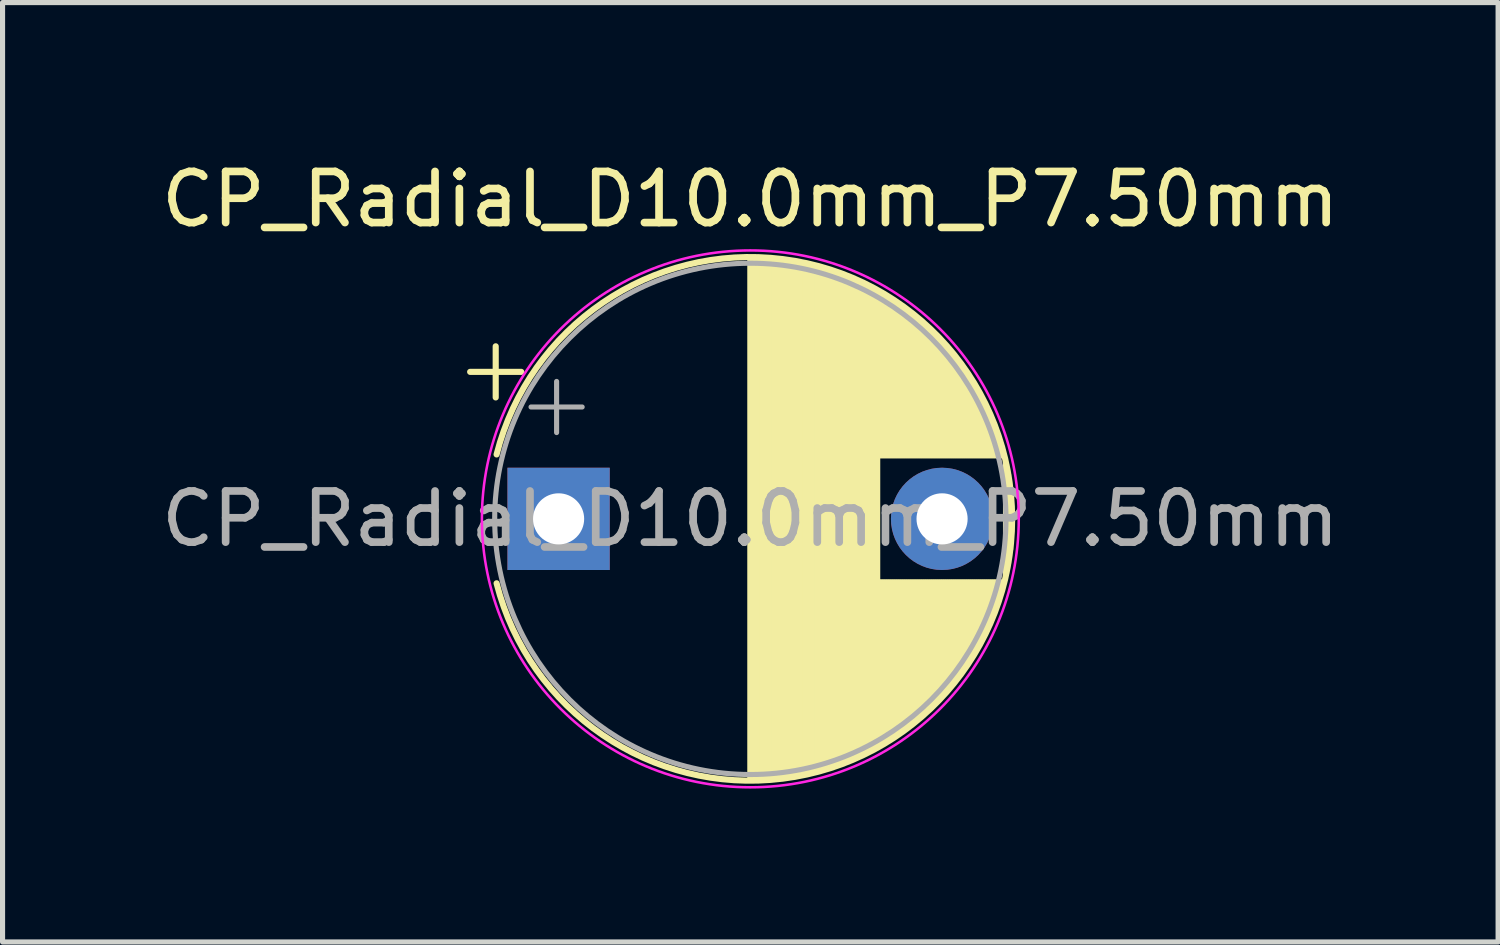
<source format=kicad_pcb>
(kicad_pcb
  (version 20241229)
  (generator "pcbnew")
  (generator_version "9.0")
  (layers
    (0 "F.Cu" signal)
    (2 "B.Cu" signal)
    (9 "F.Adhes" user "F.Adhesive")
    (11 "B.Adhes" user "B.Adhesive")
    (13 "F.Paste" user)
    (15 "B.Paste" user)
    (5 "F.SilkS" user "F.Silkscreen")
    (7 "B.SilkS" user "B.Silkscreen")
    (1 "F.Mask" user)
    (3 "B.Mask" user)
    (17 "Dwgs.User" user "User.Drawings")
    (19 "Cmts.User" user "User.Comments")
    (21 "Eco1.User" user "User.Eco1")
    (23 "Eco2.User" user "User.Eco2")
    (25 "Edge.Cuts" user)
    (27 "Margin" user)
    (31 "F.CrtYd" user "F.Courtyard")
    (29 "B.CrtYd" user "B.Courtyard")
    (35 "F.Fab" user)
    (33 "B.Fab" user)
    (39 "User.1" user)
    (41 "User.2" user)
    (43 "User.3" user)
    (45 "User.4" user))
  (footprint "CP_Radial_D10.0mm_P7.50mm"
    (layer "F.Cu")
    (at 7.875 7.098)
    (property "Reference" "CP_Radial_D10.0mm_P7.50mm" (at 3.75 -6.25 0) (layer "F.SilkS") (effects (font (size 1 1) (thickness 0.15))))
    (attr through_hole)
    (fp_line (start -1.73 -2.875) (end -0.73 -2.875) (stroke (width 0.12) (type solid)) (layer "F.SilkS"))
    (fp_line (start -1.23 -3.375) (end -1.23 -2.375) (stroke (width 0.12) (type solid)) (layer "F.SilkS"))
    (fp_line (start 3.75 -5.08) (end 3.75 5.08) (stroke (width 0.12) (type solid)) (layer "F.SilkS"))
    (fp_line (start 3.79 -5.08) (end 3.79 5.08) (stroke (width 0.12) (type solid)) (layer "F.SilkS"))
    (fp_line (start 3.83 -5.08) (end 3.83 5.08) (stroke (width 0.12) (type solid)) (layer "F.SilkS"))
    (fp_line (start 3.87 -5.079) (end 3.87 5.079) (stroke (width 0.12) (type solid)) (layer "F.SilkS"))
    (fp_line (start 3.91 -5.078) (end 3.91 5.078) (stroke (width 0.12) (type solid)) (layer "F.SilkS"))
    (fp_line (start 3.95 -5.077) (end 3.95 5.077) (stroke (width 0.12) (type solid)) (layer "F.SilkS"))
    (fp_line (start 3.99 -5.075) (end 3.99 5.075) (stroke (width 0.12) (type solid)) (layer "F.SilkS"))
    (fp_line (start 4.03 -5.073) (end 4.03 5.073) (stroke (width 0.12) (type solid)) (layer "F.SilkS"))
    (fp_line (start 4.07 -5.07) (end 4.07 5.07) (stroke (width 0.12) (type solid)) (layer "F.SilkS"))
    (fp_line (start 4.11 -5.068) (end 4.11 5.068) (stroke (width 0.12) (type solid)) (layer "F.SilkS"))
    (fp_line (start 4.15 -5.065) (end 4.15 5.065) (stroke (width 0.12) (type solid)) (layer "F.SilkS"))
    (fp_line (start 4.19 -5.062) (end 4.19 5.062) (stroke (width 0.12) (type solid)) (layer "F.SilkS"))
    (fp_line (start 4.23 -5.058) (end 4.23 5.058) (stroke (width 0.12) (type solid)) (layer "F.SilkS"))
    (fp_line (start 4.27 -5.054) (end 4.27 5.054) (stroke (width 0.12) (type solid)) (layer "F.SilkS"))
    (fp_line (start 4.31 -5.05) (end 4.31 5.05) (stroke (width 0.12) (type solid)) (layer "F.SilkS"))
    (fp_line (start 4.35 -5.045) (end 4.35 5.045) (stroke (width 0.12) (type solid)) (layer "F.SilkS"))
    (fp_line (start 4.39 -5.04) (end 4.39 5.04) (stroke (width 0.12) (type solid)) (layer "F.SilkS"))
    (fp_line (start 4.43 -5.035) (end 4.43 5.035) (stroke (width 0.12) (type solid)) (layer "F.SilkS"))
    (fp_line (start 4.471 -5.03) (end 4.471 5.03) (stroke (width 0.12) (type solid)) (layer "F.SilkS"))
    (fp_line (start 4.511 -5.024) (end 4.511 5.024) (stroke (width 0.12) (type solid)) (layer "F.SilkS"))
    (fp_line (start 4.551 -5.018) (end 4.551 5.018) (stroke (width 0.12) (type solid)) (layer "F.SilkS"))
    (fp_line (start 4.591 -5.011) (end 4.591 5.011) (stroke (width 0.12) (type solid)) (layer "F.SilkS"))
    (fp_line (start 4.631 -5.004) (end 4.631 5.004) (stroke (width 0.12) (type solid)) (layer "F.SilkS"))
    (fp_line (start 4.671 -4.997) (end 4.671 4.997) (stroke (width 0.12) (type solid)) (layer "F.SilkS"))
    (fp_line (start 4.711 -4.99) (end 4.711 4.99) (stroke (width 0.12) (type solid)) (layer "F.SilkS"))
    (fp_line (start 4.751 -4.982) (end 4.751 4.982) (stroke (width 0.12) (type solid)) (layer "F.SilkS"))
    (fp_line (start 4.791 -4.974) (end 4.791 4.974) (stroke (width 0.12) (type solid)) (layer "F.SilkS"))
    (fp_line (start 4.831 -4.965) (end 4.831 4.965) (stroke (width 0.12) (type solid)) (layer "F.SilkS"))
    (fp_line (start 4.871 -4.956) (end 4.871 4.956) (stroke (width 0.12) (type solid)) (layer "F.SilkS"))
    (fp_line (start 4.911 -4.947) (end 4.911 4.947) (stroke (width 0.12) (type solid)) (layer "F.SilkS"))
    (fp_line (start 4.951 -4.938) (end 4.951 4.938) (stroke (width 0.12) (type solid)) (layer "F.SilkS"))
    (fp_line (start 4.991 -4.928) (end 4.991 4.928) (stroke (width 0.12) (type solid)) (layer "F.SilkS"))
    (fp_line (start 5.031 -4.918) (end 5.031 4.918) (stroke (width 0.12) (type solid)) (layer "F.SilkS"))
    (fp_line (start 5.071 -4.907) (end 5.071 4.907) (stroke (width 0.12) (type solid)) (layer "F.SilkS"))
    (fp_line (start 5.111 -4.897) (end 5.111 4.897) (stroke (width 0.12) (type solid)) (layer "F.SilkS"))
    (fp_line (start 5.151 -4.885) (end 5.151 4.885) (stroke (width 0.12) (type solid)) (layer "F.SilkS"))
    (fp_line (start 5.191 -4.874) (end 5.191 4.874) (stroke (width 0.12) (type solid)) (layer "F.SilkS"))
    (fp_line (start 5.231 -4.862) (end 5.231 4.862) (stroke (width 0.12) (type solid)) (layer "F.SilkS"))
    (fp_line (start 5.271 -4.85) (end 5.271 4.85) (stroke (width 0.12) (type solid)) (layer "F.SilkS"))
    (fp_line (start 5.311 -4.837) (end 5.311 4.837) (stroke (width 0.12) (type solid)) (layer "F.SilkS"))
    (fp_line (start 5.351 -4.824) (end 5.351 4.824) (stroke (width 0.12) (type solid)) (layer "F.SilkS"))
    (fp_line (start 5.391 -4.811) (end 5.391 4.811) (stroke (width 0.12) (type solid)) (layer "F.SilkS"))
    (fp_line (start 5.431 -4.797) (end 5.431 4.797) (stroke (width 0.12) (type solid)) (layer "F.SilkS"))
    (fp_line (start 5.471 -4.783) (end 5.471 4.783) (stroke (width 0.12) (type solid)) (layer "F.SilkS"))
    (fp_line (start 5.511 -4.768) (end 5.511 4.768) (stroke (width 0.12) (type solid)) (layer "F.SilkS"))
    (fp_line (start 5.551 -4.754) (end 5.551 4.754) (stroke (width 0.12) (type solid)) (layer "F.SilkS"))
    (fp_line (start 5.591 -4.738) (end 5.591 4.738) (stroke (width 0.12) (type solid)) (layer "F.SilkS"))
    (fp_line (start 5.631 -4.723) (end 5.631 4.723) (stroke (width 0.12) (type solid)) (layer "F.SilkS"))
    (fp_line (start 5.671 -4.707) (end 5.671 4.707) (stroke (width 0.12) (type solid)) (layer "F.SilkS"))
    (fp_line (start 5.711 -4.69) (end 5.711 4.69) (stroke (width 0.12) (type solid)) (layer "F.SilkS"))
    (fp_line (start 5.751 -4.674) (end 5.751 4.674) (stroke (width 0.12) (type solid)) (layer "F.SilkS"))
    (fp_line (start 5.791 -4.657) (end 5.791 4.657) (stroke (width 0.12) (type solid)) (layer "F.SilkS"))
    (fp_line (start 5.831 -4.639) (end 5.831 4.639) (stroke (width 0.12) (type solid)) (layer "F.SilkS"))
    (fp_line (start 5.871 -4.621) (end 5.871 4.621) (stroke (width 0.12) (type solid)) (layer "F.SilkS"))
    (fp_line (start 5.911 -4.603) (end 5.911 4.603) (stroke (width 0.12) (type solid)) (layer "F.SilkS"))
    (fp_line (start 5.951 -4.584) (end 5.951 4.584) (stroke (width 0.12) (type solid)) (layer "F.SilkS"))
    (fp_line (start 5.991 -4.564) (end 5.991 4.564) (stroke (width 0.12) (type solid)) (layer "F.SilkS"))
    (fp_line (start 6.031 -4.545) (end 6.031 4.545) (stroke (width 0.12) (type solid)) (layer "F.SilkS"))
    (fp_line (start 6.071 -4.525) (end 6.071 4.525) (stroke (width 0.12) (type solid)) (layer "F.SilkS"))
    (fp_line (start 6.111 -4.504) (end 6.111 4.504) (stroke (width 0.12) (type solid)) (layer "F.SilkS"))
    (fp_line (start 6.151 -4.483) (end 6.151 4.483) (stroke (width 0.12) (type solid)) (layer "F.SilkS"))
    (fp_line (start 6.191 -4.462) (end 6.191 4.462) (stroke (width 0.12) (type solid)) (layer "F.SilkS"))
    (fp_line (start 6.231 -4.44) (end 6.231 4.44) (stroke (width 0.12) (type solid)) (layer "F.SilkS"))
    (fp_line (start 6.271 -4.417) (end 6.271 -1.241) (stroke (width 0.12) (type solid)) (layer "F.SilkS"))
    (fp_line (start 6.271 1.241) (end 6.271 4.417) (stroke (width 0.12) (type solid)) (layer "F.SilkS"))
    (fp_line (start 6.311 -4.395) (end 6.311 -1.241) (stroke (width 0.12) (type solid)) (layer "F.SilkS"))
    (fp_line (start 6.311 1.241) (end 6.311 4.395) (stroke (width 0.12) (type solid)) (layer "F.SilkS"))
    (fp_line (start 6.351 -4.371) (end 6.351 -1.241) (stroke (width 0.12) (type solid)) (layer "F.SilkS"))
    (fp_line (start 6.351 1.241) (end 6.351 4.371) (stroke (width 0.12) (type solid)) (layer "F.SilkS"))
    (fp_line (start 6.391 -4.347) (end 6.391 -1.241) (stroke (width 0.12) (type solid)) (layer "F.SilkS"))
    (fp_line (start 6.391 1.241) (end 6.391 4.347) (stroke (width 0.12) (type solid)) (layer "F.SilkS"))
    (fp_line (start 6.431 -4.323) (end 6.431 -1.241) (stroke (width 0.12) (type solid)) (layer "F.SilkS"))
    (fp_line (start 6.431 1.241) (end 6.431 4.323) (stroke (width 0.12) (type solid)) (layer "F.SilkS"))
    (fp_line (start 6.471 -4.298) (end 6.471 -1.241) (stroke (width 0.12) (type solid)) (layer "F.SilkS"))
    (fp_line (start 6.471 1.241) (end 6.471 4.298) (stroke (width 0.12) (type solid)) (layer "F.SilkS"))
    (fp_line (start 6.511 -4.273) (end 6.511 -1.241) (stroke (width 0.12) (type solid)) (layer "F.SilkS"))
    (fp_line (start 6.511 1.241) (end 6.511 4.273) (stroke (width 0.12) (type solid)) (layer "F.SilkS"))
    (fp_line (start 6.551 -4.247) (end 6.551 -1.241) (stroke (width 0.12) (type solid)) (layer "F.SilkS"))
    (fp_line (start 6.551 1.241) (end 6.551 4.247) (stroke (width 0.12) (type solid)) (layer "F.SilkS"))
    (fp_line (start 6.591 -4.221) (end 6.591 -1.241) (stroke (width 0.12) (type solid)) (layer "F.SilkS"))
    (fp_line (start 6.591 1.241) (end 6.591 4.221) (stroke (width 0.12) (type solid)) (layer "F.SilkS"))
    (fp_line (start 6.631 -4.194) (end 6.631 -1.241) (stroke (width 0.12) (type solid)) (layer "F.SilkS"))
    (fp_line (start 6.631 1.241) (end 6.631 4.194) (stroke (width 0.12) (type solid)) (layer "F.SilkS"))
    (fp_line (start 6.671 -4.166) (end 6.671 -1.241) (stroke (width 0.12) (type solid)) (layer "F.SilkS"))
    (fp_line (start 6.671 1.241) (end 6.671 4.166) (stroke (width 0.12) (type solid)) (layer "F.SilkS"))
    (fp_line (start 6.711 -4.138) (end 6.711 -1.241) (stroke (width 0.12) (type solid)) (layer "F.SilkS"))
    (fp_line (start 6.711 1.241) (end 6.711 4.138) (stroke (width 0.12) (type solid)) (layer "F.SilkS"))
    (fp_line (start 6.751 -4.11) (end 6.751 -1.241) (stroke (width 0.12) (type solid)) (layer "F.SilkS"))
    (fp_line (start 6.751 1.241) (end 6.751 4.11) (stroke (width 0.12) (type solid)) (layer "F.SilkS"))
    (fp_line (start 6.791 -4.08) (end 6.791 -1.241) (stroke (width 0.12) (type solid)) (layer "F.SilkS"))
    (fp_line (start 6.791 1.241) (end 6.791 4.08) (stroke (width 0.12) (type solid)) (layer "F.SilkS"))
    (fp_line (start 6.831 -4.05) (end 6.831 -1.241) (stroke (width 0.12) (type solid)) (layer "F.SilkS"))
    (fp_line (start 6.831 1.241) (end 6.831 4.05) (stroke (width 0.12) (type solid)) (layer "F.SilkS"))
    (fp_line (start 6.871 -4.02) (end 6.871 -1.241) (stroke (width 0.12) (type solid)) (layer "F.SilkS"))
    (fp_line (start 6.871 1.241) (end 6.871 4.02) (stroke (width 0.12) (type solid)) (layer "F.SilkS"))
    (fp_line (start 6.911 -3.989) (end 6.911 -1.241) (stroke (width 0.12) (type solid)) (layer "F.SilkS"))
    (fp_line (start 6.911 1.241) (end 6.911 3.989) (stroke (width 0.12) (type solid)) (layer "F.SilkS"))
    (fp_line (start 6.951 -3.957) (end 6.951 -1.241) (stroke (width 0.12) (type solid)) (layer "F.SilkS"))
    (fp_line (start 6.951 1.241) (end 6.951 3.957) (stroke (width 0.12) (type solid)) (layer "F.SilkS"))
    (fp_line (start 6.991 -3.925) (end 6.991 -1.241) (stroke (width 0.12) (type solid)) (layer "F.SilkS"))
    (fp_line (start 6.991 1.241) (end 6.991 3.925) (stroke (width 0.12) (type solid)) (layer "F.SilkS"))
    (fp_line (start 7.031 -3.892) (end 7.031 -1.241) (stroke (width 0.12) (type solid)) (layer "F.SilkS"))
    (fp_line (start 7.031 1.241) (end 7.031 3.892) (stroke (width 0.12) (type solid)) (layer "F.SilkS"))
    (fp_line (start 7.071 -3.858) (end 7.071 -1.241) (stroke (width 0.12) (type solid)) (layer "F.SilkS"))
    (fp_line (start 7.071 1.241) (end 7.071 3.858) (stroke (width 0.12) (type solid)) (layer "F.SilkS"))
    (fp_line (start 7.111 -3.824) (end 7.111 -1.241) (stroke (width 0.12) (type solid)) (layer "F.SilkS"))
    (fp_line (start 7.111 1.241) (end 7.111 3.824) (stroke (width 0.12) (type solid)) (layer "F.SilkS"))
    (fp_line (start 7.151 -3.789) (end 7.151 -1.241) (stroke (width 0.12) (type solid)) (layer "F.SilkS"))
    (fp_line (start 7.151 1.241) (end 7.151 3.789) (stroke (width 0.12) (type solid)) (layer "F.SilkS"))
    (fp_line (start 7.191 -3.753) (end 7.191 -1.241) (stroke (width 0.12) (type solid)) (layer "F.SilkS"))
    (fp_line (start 7.191 1.241) (end 7.191 3.753) (stroke (width 0.12) (type solid)) (layer "F.SilkS"))
    (fp_line (start 7.231 -3.716) (end 7.231 -1.241) (stroke (width 0.12) (type solid)) (layer "F.SilkS"))
    (fp_line (start 7.231 1.241) (end 7.231 3.716) (stroke (width 0.12) (type solid)) (layer "F.SilkS"))
    (fp_line (start 7.271 -3.679) (end 7.271 -1.241) (stroke (width 0.12) (type solid)) (layer "F.SilkS"))
    (fp_line (start 7.271 1.241) (end 7.271 3.679) (stroke (width 0.12) (type solid)) (layer "F.SilkS"))
    (fp_line (start 7.311 -3.64) (end 7.311 -1.241) (stroke (width 0.12) (type solid)) (layer "F.SilkS"))
    (fp_line (start 7.311 1.241) (end 7.311 3.64) (stroke (width 0.12) (type solid)) (layer "F.SilkS"))
    (fp_line (start 7.351 -3.601) (end 7.351 -1.241) (stroke (width 0.12) (type solid)) (layer "F.SilkS"))
    (fp_line (start 7.351 1.241) (end 7.351 3.601) (stroke (width 0.12) (type solid)) (layer "F.SilkS"))
    (fp_line (start 7.391 -3.561) (end 7.391 -1.241) (stroke (width 0.12) (type solid)) (layer "F.SilkS"))
    (fp_line (start 7.391 1.241) (end 7.391 3.561) (stroke (width 0.12) (type solid)) (layer "F.SilkS"))
    (fp_line (start 7.431 -3.52) (end 7.431 -1.241) (stroke (width 0.12) (type solid)) (layer "F.SilkS"))
    (fp_line (start 7.431 1.241) (end 7.431 3.52) (stroke (width 0.12) (type solid)) (layer "F.SilkS"))
    (fp_line (start 7.471 -3.478) (end 7.471 -1.241) (stroke (width 0.12) (type solid)) (layer "F.SilkS"))
    (fp_line (start 7.471 1.241) (end 7.471 3.478) (stroke (width 0.12) (type solid)) (layer "F.SilkS"))
    (fp_line (start 7.511 -3.436) (end 7.511 -1.241) (stroke (width 0.12) (type solid)) (layer "F.SilkS"))
    (fp_line (start 7.511 1.241) (end 7.511 3.436) (stroke (width 0.12) (type solid)) (layer "F.SilkS"))
    (fp_line (start 7.551 -3.392) (end 7.551 -1.241) (stroke (width 0.12) (type solid)) (layer "F.SilkS"))
    (fp_line (start 7.551 1.241) (end 7.551 3.392) (stroke (width 0.12) (type solid)) (layer "F.SilkS"))
    (fp_line (start 7.591 -3.347) (end 7.591 -1.241) (stroke (width 0.12) (type solid)) (layer "F.SilkS"))
    (fp_line (start 7.591 1.241) (end 7.591 3.347) (stroke (width 0.12) (type solid)) (layer "F.SilkS"))
    (fp_line (start 7.631 -3.301) (end 7.631 -1.241) (stroke (width 0.12) (type solid)) (layer "F.SilkS"))
    (fp_line (start 7.631 1.241) (end 7.631 3.301) (stroke (width 0.12) (type solid)) (layer "F.SilkS"))
    (fp_line (start 7.671 -3.254) (end 7.671 -1.241) (stroke (width 0.12) (type solid)) (layer "F.SilkS"))
    (fp_line (start 7.671 1.241) (end 7.671 3.254) (stroke (width 0.12) (type solid)) (layer "F.SilkS"))
    (fp_line (start 7.711 -3.206) (end 7.711 -1.241) (stroke (width 0.12) (type solid)) (layer "F.SilkS"))
    (fp_line (start 7.711 1.241) (end 7.711 3.206) (stroke (width 0.12) (type solid)) (layer "F.SilkS"))
    (fp_line (start 7.751 -3.156) (end 7.751 -1.241) (stroke (width 0.12) (type solid)) (layer "F.SilkS"))
    (fp_line (start 7.751 1.241) (end 7.751 3.156) (stroke (width 0.12) (type solid)) (layer "F.SilkS"))
    (fp_line (start 7.791 -3.106) (end 7.791 -1.241) (stroke (width 0.12) (type solid)) (layer "F.SilkS"))
    (fp_line (start 7.791 1.241) (end 7.791 3.106) (stroke (width 0.12) (type solid)) (layer "F.SilkS"))
    (fp_line (start 7.831 -3.054) (end 7.831 -1.241) (stroke (width 0.12) (type solid)) (layer "F.SilkS"))
    (fp_line (start 7.831 1.241) (end 7.831 3.054) (stroke (width 0.12) (type solid)) (layer "F.SilkS"))
    (fp_line (start 7.871 -3) (end 7.871 -1.241) (stroke (width 0.12) (type solid)) (layer "F.SilkS"))
    (fp_line (start 7.871 1.241) (end 7.871 3) (stroke (width 0.12) (type solid)) (layer "F.SilkS"))
    (fp_line (start 7.911 -2.945) (end 7.911 -1.241) (stroke (width 0.12) (type solid)) (layer "F.SilkS"))
    (fp_line (start 7.911 1.241) (end 7.911 2.945) (stroke (width 0.12) (type solid)) (layer "F.SilkS"))
    (fp_line (start 7.951 -2.889) (end 7.951 -1.241) (stroke (width 0.12) (type solid)) (layer "F.SilkS"))
    (fp_line (start 7.951 1.241) (end 7.951 2.889) (stroke (width 0.12) (type solid)) (layer "F.SilkS"))
    (fp_line (start 7.991 -2.83) (end 7.991 -1.241) (stroke (width 0.12) (type solid)) (layer "F.SilkS"))
    (fp_line (start 7.991 1.241) (end 7.991 2.83) (stroke (width 0.12) (type solid)) (layer "F.SilkS"))
    (fp_line (start 8.031 -2.77) (end 8.031 -1.241) (stroke (width 0.12) (type solid)) (layer "F.SilkS"))
    (fp_line (start 8.031 1.241) (end 8.031 2.77) (stroke (width 0.12) (type solid)) (layer "F.SilkS"))
    (fp_line (start 8.071 -2.709) (end 8.071 -1.241) (stroke (width 0.12) (type solid)) (layer "F.SilkS"))
    (fp_line (start 8.071 1.241) (end 8.071 2.709) (stroke (width 0.12) (type solid)) (layer "F.SilkS"))
    (fp_line (start 8.111 -2.645) (end 8.111 -1.241) (stroke (width 0.12) (type solid)) (layer "F.SilkS"))
    (fp_line (start 8.111 1.241) (end 8.111 2.645) (stroke (width 0.12) (type solid)) (layer "F.SilkS"))
    (fp_line (start 8.151 -2.579) (end 8.151 -1.241) (stroke (width 0.12) (type solid)) (layer "F.SilkS"))
    (fp_line (start 8.151 1.241) (end 8.151 2.579) (stroke (width 0.12) (type solid)) (layer "F.SilkS"))
    (fp_line (start 8.191 -2.51) (end 8.191 -1.241) (stroke (width 0.12) (type solid)) (layer "F.SilkS"))
    (fp_line (start 8.191 1.241) (end 8.191 2.51) (stroke (width 0.12) (type solid)) (layer "F.SilkS"))
    (fp_line (start 8.231 -2.439) (end 8.231 -1.241) (stroke (width 0.12) (type solid)) (layer "F.SilkS"))
    (fp_line (start 8.231 1.241) (end 8.231 2.439) (stroke (width 0.12) (type solid)) (layer "F.SilkS"))
    (fp_line (start 8.271 -2.365) (end 8.271 -1.241) (stroke (width 0.12) (type solid)) (layer "F.SilkS"))
    (fp_line (start 8.271 1.241) (end 8.271 2.365) (stroke (width 0.12) (type solid)) (layer "F.SilkS"))
    (fp_line (start 8.311 -2.289) (end 8.311 -1.241) (stroke (width 0.12) (type solid)) (layer "F.SilkS"))
    (fp_line (start 8.311 1.241) (end 8.311 2.289) (stroke (width 0.12) (type solid)) (layer "F.SilkS"))
    (fp_line (start 8.351 -2.209) (end 8.351 -1.241) (stroke (width 0.12) (type solid)) (layer "F.SilkS"))
    (fp_line (start 8.351 1.241) (end 8.351 2.209) (stroke (width 0.12) (type solid)) (layer "F.SilkS"))
    (fp_line (start 8.391 -2.125) (end 8.391 -1.241) (stroke (width 0.12) (type solid)) (layer "F.SilkS"))
    (fp_line (start 8.391 1.241) (end 8.391 2.125) (stroke (width 0.12) (type solid)) (layer "F.SilkS"))
    (fp_line (start 8.431 -2.037) (end 8.431 -1.241) (stroke (width 0.12) (type solid)) (layer "F.SilkS"))
    (fp_line (start 8.431 1.241) (end 8.431 2.037) (stroke (width 0.12) (type solid)) (layer "F.SilkS"))
    (fp_line (start 8.471 -1.944) (end 8.471 -1.241) (stroke (width 0.12) (type solid)) (layer "F.SilkS"))
    (fp_line (start 8.471 1.241) (end 8.471 1.944) (stroke (width 0.12) (type solid)) (layer "F.SilkS"))
    (fp_line (start 8.511 -1.846) (end 8.511 -1.241) (stroke (width 0.12) (type solid)) (layer "F.SilkS"))
    (fp_line (start 8.511 1.241) (end 8.511 1.846) (stroke (width 0.12) (type solid)) (layer "F.SilkS"))
    (fp_line (start 8.551 -1.742) (end 8.551 -1.241) (stroke (width 0.12) (type solid)) (layer "F.SilkS"))
    (fp_line (start 8.551 1.241) (end 8.551 1.742) (stroke (width 0.12) (type solid)) (layer "F.SilkS"))
    (fp_line (start 8.591 -1.63) (end 8.591 -1.241) (stroke (width 0.12) (type solid)) (layer "F.SilkS"))
    (fp_line (start 8.591 1.241) (end 8.591 1.63) (stroke (width 0.12) (type solid)) (layer "F.SilkS"))
    (fp_line (start 8.631 -1.51) (end 8.631 -1.241) (stroke (width 0.12) (type solid)) (layer "F.SilkS"))
    (fp_line (start 8.631 1.241) (end 8.631 1.51) (stroke (width 0.12) (type solid)) (layer "F.SilkS"))
    (fp_line (start 8.671 -1.378) (end 8.671 -1.241) (stroke (width 0.12) (type solid)) (layer "F.SilkS"))
    (fp_line (start 8.671 1.241) (end 8.671 1.378) (stroke (width 0.12) (type solid)) (layer "F.SilkS"))
    (fp_line (start 8.751 -1.062) (end 8.751 1.062) (stroke (width 0.12) (type solid)) (layer "F.SilkS"))
    (fp_line (start 8.791 -0.862) (end 8.791 0.862) (stroke (width 0.12) (type solid)) (layer "F.SilkS"))
    (fp_line (start 8.831 -0.599) (end 8.831 0.599) (stroke (width 0.12) (type solid)) (layer "F.SilkS"))
    (fp_arc (start -1.21254 -1.26) (mid 8.87 0) (end -1.21254 1.26) (stroke (width 0.12) (type solid)) (layer "F.SilkS"))
    (fp_circle (center 3.75 0) (end 9 0) (stroke (width 0.05) (type solid)) (fill no) (layer "F.CrtYd"))
    (fp_line (start -0.539 -2.188) (end 0.461 -2.188) (stroke (width 0.1) (type solid)) (layer "F.Fab"))
    (fp_line (start -0.039 -2.688) (end -0.039 -1.688) (stroke (width 0.1) (type solid)) (layer "F.Fab"))
    (fp_circle (center 3.75 0) (end 8.75 0) (stroke (width 0.1) (type solid)) (fill no) (layer "F.Fab"))
    (fp_text user "${REFERENCE}" (at 3.75 0 0) (layer "F.Fab") (effects (font (size 1 1) (thickness 0.15))))
    (pad "1" thru_hole rect (at 0 0) (size 2 2) (drill 1) (layers "*.Cu" "*.Mask"))
    (pad "2" thru_hole circle (at 7.5 0) (size 2 2) (drill 1) (layers "*.Cu" "*.Mask")))
  (gr_rect
    (start -3 -3)
    (end 26.25 15.373)
    (stroke (width 0.1) (type default))
    (fill no)
    (layer "Edge.Cuts")))
</source>
